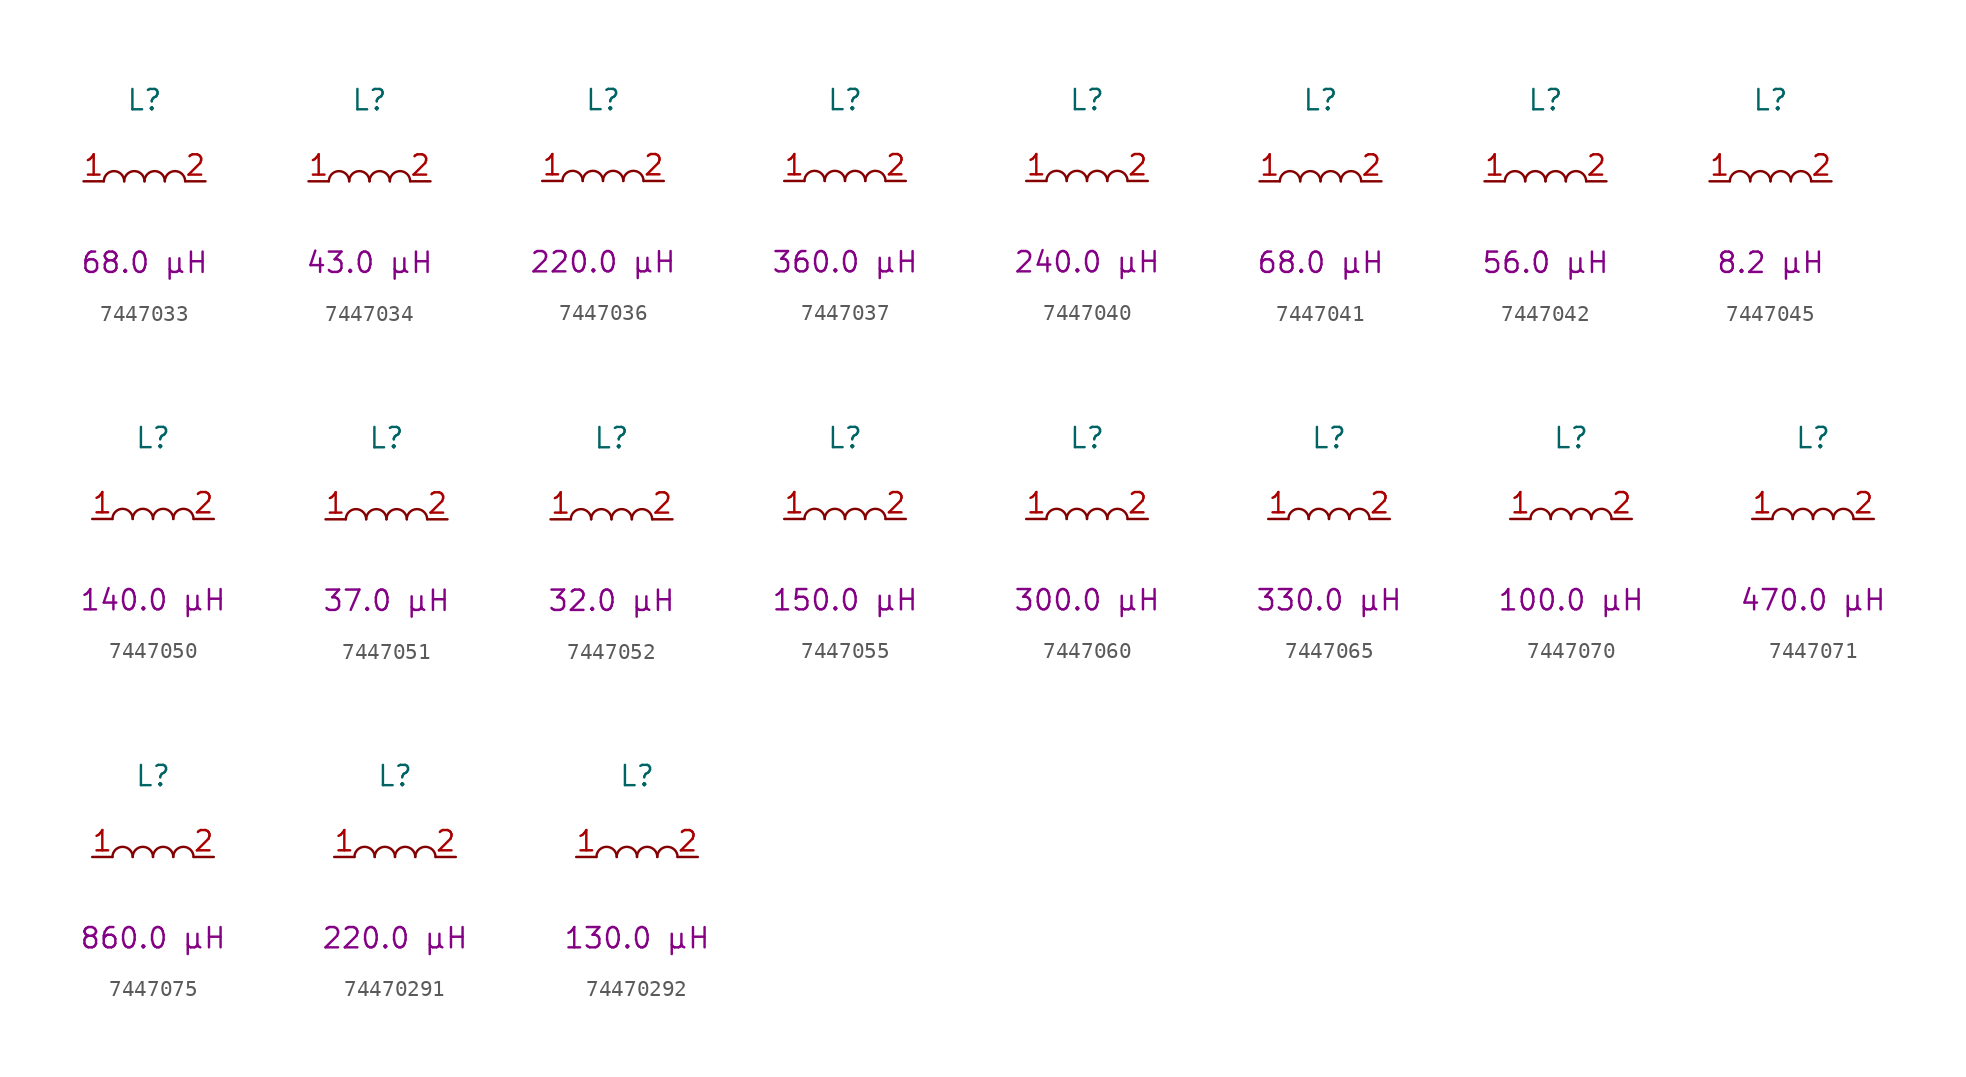
<source format=kicad_sym>
(kicad_symbol_lib
  (version 20220914)
  (generator kicad_symbol_editor)
  (symbol "7447033"
    (pin_names hide)
    (property "Reference" "L"
      (at 0 5.08 0)
      (effects (font (size 1.27 1.27))))
    (property "Critical Parameter" "68.0 µH"
      (at 0 -5.08 0)
      (effects (font (size 1.27 1.27))))
    (symbol "7447033_0_1"
      (arc (start -1.27 0) (mid -1.905 0.6323) (end -2.54 0) (stroke (width 0) (type default)) (fill (type none)))
      (arc (start 0 0) (mid -0.635 0.6323) (end -1.27 0) (stroke (width 0) (type default)) (fill (type none)))
      (arc (start 1.27 0) (mid 0.635 0.6323) (end 0 0) (stroke (width 0) (type default)) (fill (type none)))
      (arc (start 2.54 0) (mid 1.905 0.6323) (end 1.27 0) (stroke (width 0) (type default)) (fill (type none))))
    (symbol "7447033_1_1"
      (pin passive line (at -3.81 0 0) (length 1.27) (name "1" (effects (font (size 1.27 1.27)))) (number "1" (effects (font (size 1.27 1.27)))))
      (pin passive line (at 3.81 0 180) (length 1.27) (name "2" (effects (font (size 1.27 1.27)))) (number "2" (effects (font (size 1.27 1.27)))))))
  (symbol "7447034"
    (pin_names hide)
    (property "Reference" "L"
      (at 0 5.08 0)
      (effects (font (size 1.27 1.27))))
    (property "Critical Parameter" "43.0 µH"
      (at 0 -5.08 0)
      (effects (font (size 1.27 1.27))))
    (symbol "7447034_0_1"
      (arc (start -1.27 0) (mid -1.905 0.6323) (end -2.54 0) (stroke (width 0) (type default)) (fill (type none)))
      (arc (start 0 0) (mid -0.635 0.6323) (end -1.27 0) (stroke (width 0) (type default)) (fill (type none)))
      (arc (start 1.27 0) (mid 0.635 0.6323) (end 0 0) (stroke (width 0) (type default)) (fill (type none)))
      (arc (start 2.54 0) (mid 1.905 0.6323) (end 1.27 0) (stroke (width 0) (type default)) (fill (type none))))
    (symbol "7447034_1_1"
      (pin passive line (at -3.81 0 0) (length 1.27) (name "1" (effects (font (size 1.27 1.27)))) (number "1" (effects (font (size 1.27 1.27)))))
      (pin passive line (at 3.81 0 180) (length 1.27) (name "2" (effects (font (size 1.27 1.27)))) (number "2" (effects (font (size 1.27 1.27)))))))
  (symbol "7447036"
    (pin_names hide)
    (property "Reference" "L"
      (at 0 5.08 0)
      (effects (font (size 1.27 1.27))))
    (property "Critical Parameter" "220.0 µH"
      (at 0 -5.08 0)
      (effects (font (size 1.27 1.27))))
    (symbol "7447036_0_1"
      (arc (start -1.27 0) (mid -1.905 0.6323) (end -2.54 0) (stroke (width 0) (type default)) (fill (type none)))
      (arc (start 0 0) (mid -0.635 0.6323) (end -1.27 0) (stroke (width 0) (type default)) (fill (type none)))
      (arc (start 1.27 0) (mid 0.635 0.6323) (end 0 0) (stroke (width 0) (type default)) (fill (type none)))
      (arc (start 2.54 0) (mid 1.905 0.6323) (end 1.27 0) (stroke (width 0) (type default)) (fill (type none))))
    (symbol "7447036_1_1"
      (pin passive line (at -3.81 0 0) (length 1.27) (name "1" (effects (font (size 1.27 1.27)))) (number "1" (effects (font (size 1.27 1.27)))))
      (pin passive line (at 3.81 0 180) (length 1.27) (name "2" (effects (font (size 1.27 1.27)))) (number "2" (effects (font (size 1.27 1.27)))))))
  (symbol "7447037"
    (pin_names hide)
    (property "Reference" "L"
      (at 0 5.08 0)
      (effects (font (size 1.27 1.27))))
    (property "Critical Parameter" "360.0 µH"
      (at 0 -5.08 0)
      (effects (font (size 1.27 1.27))))
    (symbol "7447037_0_1"
      (arc (start -1.27 0) (mid -1.905 0.6323) (end -2.54 0) (stroke (width 0) (type default)) (fill (type none)))
      (arc (start 0 0) (mid -0.635 0.6323) (end -1.27 0) (stroke (width 0) (type default)) (fill (type none)))
      (arc (start 1.27 0) (mid 0.635 0.6323) (end 0 0) (stroke (width 0) (type default)) (fill (type none)))
      (arc (start 2.54 0) (mid 1.905 0.6323) (end 1.27 0) (stroke (width 0) (type default)) (fill (type none))))
    (symbol "7447037_1_1"
      (pin passive line (at -3.81 0 0) (length 1.27) (name "1" (effects (font (size 1.27 1.27)))) (number "1" (effects (font (size 1.27 1.27)))))
      (pin passive line (at 3.81 0 180) (length 1.27) (name "2" (effects (font (size 1.27 1.27)))) (number "2" (effects (font (size 1.27 1.27)))))))
  (symbol "7447040"
    (pin_names hide)
    (property "Reference" "L"
      (at 0 5.08 0)
      (effects (font (size 1.27 1.27))))
    (property "Critical Parameter" "240.0 µH"
      (at 0 -5.08 0)
      (effects (font (size 1.27 1.27))))
    (symbol "7447040_0_1"
      (arc (start -1.27 0) (mid -1.905 0.6323) (end -2.54 0) (stroke (width 0) (type default)) (fill (type none)))
      (arc (start 0 0) (mid -0.635 0.6323) (end -1.27 0) (stroke (width 0) (type default)) (fill (type none)))
      (arc (start 1.27 0) (mid 0.635 0.6323) (end 0 0) (stroke (width 0) (type default)) (fill (type none)))
      (arc (start 2.54 0) (mid 1.905 0.6323) (end 1.27 0) (stroke (width 0) (type default)) (fill (type none))))
    (symbol "7447040_1_1"
      (pin passive line (at -3.81 0 0) (length 1.27) (name "1" (effects (font (size 1.27 1.27)))) (number "1" (effects (font (size 1.27 1.27)))))
      (pin passive line (at 3.81 0 180) (length 1.27) (name "2" (effects (font (size 1.27 1.27)))) (number "2" (effects (font (size 1.27 1.27)))))))
  (symbol "7447041"
    (pin_names hide)
    (property "Reference" "L"
      (at 0 5.08 0)
      (effects (font (size 1.27 1.27))))
    (property "Critical Parameter" "68.0 µH"
      (at 0 -5.08 0)
      (effects (font (size 1.27 1.27))))
    (symbol "7447041_0_1"
      (arc (start -1.27 0) (mid -1.905 0.6323) (end -2.54 0) (stroke (width 0) (type default)) (fill (type none)))
      (arc (start 0 0) (mid -0.635 0.6323) (end -1.27 0) (stroke (width 0) (type default)) (fill (type none)))
      (arc (start 1.27 0) (mid 0.635 0.6323) (end 0 0) (stroke (width 0) (type default)) (fill (type none)))
      (arc (start 2.54 0) (mid 1.905 0.6323) (end 1.27 0) (stroke (width 0) (type default)) (fill (type none))))
    (symbol "7447041_1_1"
      (pin passive line (at -3.81 0 0) (length 1.27) (name "1" (effects (font (size 1.27 1.27)))) (number "1" (effects (font (size 1.27 1.27)))))
      (pin passive line (at 3.81 0 180) (length 1.27) (name "2" (effects (font (size 1.27 1.27)))) (number "2" (effects (font (size 1.27 1.27)))))))
  (symbol "7447042"
    (pin_names hide)
    (property "Reference" "L"
      (at 0 5.08 0)
      (effects (font (size 1.27 1.27))))
    (property "Critical Parameter" "56.0 µH"
      (at 0 -5.08 0)
      (effects (font (size 1.27 1.27))))
    (symbol "7447042_0_1"
      (arc (start -1.27 0) (mid -1.905 0.6323) (end -2.54 0) (stroke (width 0) (type default)) (fill (type none)))
      (arc (start 0 0) (mid -0.635 0.6323) (end -1.27 0) (stroke (width 0) (type default)) (fill (type none)))
      (arc (start 1.27 0) (mid 0.635 0.6323) (end 0 0) (stroke (width 0) (type default)) (fill (type none)))
      (arc (start 2.54 0) (mid 1.905 0.6323) (end 1.27 0) (stroke (width 0) (type default)) (fill (type none))))
    (symbol "7447042_1_1"
      (pin passive line (at -3.81 0 0) (length 1.27) (name "1" (effects (font (size 1.27 1.27)))) (number "1" (effects (font (size 1.27 1.27)))))
      (pin passive line (at 3.81 0 180) (length 1.27) (name "2" (effects (font (size 1.27 1.27)))) (number "2" (effects (font (size 1.27 1.27)))))))
  (symbol "7447045"
    (pin_names hide)
    (property "Reference" "L"
      (at 0 5.08 0)
      (effects (font (size 1.27 1.27))))
    (property "Critical Parameter" "8.2 µH"
      (at 0 -5.08 0)
      (effects (font (size 1.27 1.27))))
    (symbol "7447045_0_1"
      (arc (start -1.27 0) (mid -1.905 0.6323) (end -2.54 0) (stroke (width 0) (type default)) (fill (type none)))
      (arc (start 0 0) (mid -0.635 0.6323) (end -1.27 0) (stroke (width 0) (type default)) (fill (type none)))
      (arc (start 1.27 0) (mid 0.635 0.6323) (end 0 0) (stroke (width 0) (type default)) (fill (type none)))
      (arc (start 2.54 0) (mid 1.905 0.6323) (end 1.27 0) (stroke (width 0) (type default)) (fill (type none))))
    (symbol "7447045_1_1"
      (pin passive line (at -3.81 0 0) (length 1.27) (name "1" (effects (font (size 1.27 1.27)))) (number "1" (effects (font (size 1.27 1.27)))))
      (pin passive line (at 3.81 0 180) (length 1.27) (name "2" (effects (font (size 1.27 1.27)))) (number "2" (effects (font (size 1.27 1.27)))))))
  (symbol "7447050"
    (pin_names hide)
    (property "Reference" "L"
      (at 0 5.08 0)
      (effects (font (size 1.27 1.27))))
    (property "Critical Parameter" "140.0 µH"
      (at 0 -5.08 0)
      (effects (font (size 1.27 1.27))))
    (symbol "7447050_0_1"
      (arc (start -1.27 0) (mid -1.905 0.6323) (end -2.54 0) (stroke (width 0) (type default)) (fill (type none)))
      (arc (start 0 0) (mid -0.635 0.6323) (end -1.27 0) (stroke (width 0) (type default)) (fill (type none)))
      (arc (start 1.27 0) (mid 0.635 0.6323) (end 0 0) (stroke (width 0) (type default)) (fill (type none)))
      (arc (start 2.54 0) (mid 1.905 0.6323) (end 1.27 0) (stroke (width 0) (type default)) (fill (type none))))
    (symbol "7447050_1_1"
      (pin passive line (at -3.81 0 0) (length 1.27) (name "1" (effects (font (size 1.27 1.27)))) (number "1" (effects (font (size 1.27 1.27)))))
      (pin passive line (at 3.81 0 180) (length 1.27) (name "2" (effects (font (size 1.27 1.27)))) (number "2" (effects (font (size 1.27 1.27)))))))
  (symbol "7447051"
    (pin_names hide)
    (property "Reference" "L"
      (at 0 5.08 0)
      (effects (font (size 1.27 1.27))))
    (property "Critical Parameter" "37.0 µH"
      (at 0 -5.08 0)
      (effects (font (size 1.27 1.27))))
    (symbol "7447051_0_1"
      (arc (start -1.27 0) (mid -1.905 0.6323) (end -2.54 0) (stroke (width 0) (type default)) (fill (type none)))
      (arc (start 0 0) (mid -0.635 0.6323) (end -1.27 0) (stroke (width 0) (type default)) (fill (type none)))
      (arc (start 1.27 0) (mid 0.635 0.6323) (end 0 0) (stroke (width 0) (type default)) (fill (type none)))
      (arc (start 2.54 0) (mid 1.905 0.6323) (end 1.27 0) (stroke (width 0) (type default)) (fill (type none))))
    (symbol "7447051_1_1"
      (pin passive line (at -3.81 0 0) (length 1.27) (name "1" (effects (font (size 1.27 1.27)))) (number "1" (effects (font (size 1.27 1.27)))))
      (pin passive line (at 3.81 0 180) (length 1.27) (name "2" (effects (font (size 1.27 1.27)))) (number "2" (effects (font (size 1.27 1.27)))))))
  (symbol "7447052"
    (pin_names hide)
    (property "Reference" "L"
      (at 0 5.08 0)
      (effects (font (size 1.27 1.27))))
    (property "Critical Parameter" "32.0 µH"
      (at 0 -5.08 0)
      (effects (font (size 1.27 1.27))))
    (symbol "7447052_0_1"
      (arc (start -1.27 0) (mid -1.905 0.6323) (end -2.54 0) (stroke (width 0) (type default)) (fill (type none)))
      (arc (start 0 0) (mid -0.635 0.6323) (end -1.27 0) (stroke (width 0) (type default)) (fill (type none)))
      (arc (start 1.27 0) (mid 0.635 0.6323) (end 0 0) (stroke (width 0) (type default)) (fill (type none)))
      (arc (start 2.54 0) (mid 1.905 0.6323) (end 1.27 0) (stroke (width 0) (type default)) (fill (type none))))
    (symbol "7447052_1_1"
      (pin passive line (at -3.81 0 0) (length 1.27) (name "1" (effects (font (size 1.27 1.27)))) (number "1" (effects (font (size 1.27 1.27)))))
      (pin passive line (at 3.81 0 180) (length 1.27) (name "2" (effects (font (size 1.27 1.27)))) (number "2" (effects (font (size 1.27 1.27)))))))
  (symbol "7447055"
    (pin_names hide)
    (property "Reference" "L"
      (at 0 5.08 0)
      (effects (font (size 1.27 1.27))))
    (property "Critical Parameter" "150.0 µH"
      (at 0 -5.08 0)
      (effects (font (size 1.27 1.27))))
    (symbol "7447055_0_1"
      (arc (start -1.27 0) (mid -1.905 0.6323) (end -2.54 0) (stroke (width 0) (type default)) (fill (type none)))
      (arc (start 0 0) (mid -0.635 0.6323) (end -1.27 0) (stroke (width 0) (type default)) (fill (type none)))
      (arc (start 1.27 0) (mid 0.635 0.6323) (end 0 0) (stroke (width 0) (type default)) (fill (type none)))
      (arc (start 2.54 0) (mid 1.905 0.6323) (end 1.27 0) (stroke (width 0) (type default)) (fill (type none))))
    (symbol "7447055_1_1"
      (pin passive line (at -3.81 0 0) (length 1.27) (name "1" (effects (font (size 1.27 1.27)))) (number "1" (effects (font (size 1.27 1.27)))))
      (pin passive line (at 3.81 0 180) (length 1.27) (name "2" (effects (font (size 1.27 1.27)))) (number "2" (effects (font (size 1.27 1.27)))))))
  (symbol "7447060"
    (pin_names hide)
    (property "Reference" "L"
      (at 0 5.08 0)
      (effects (font (size 1.27 1.27))))
    (property "Critical Parameter" "300.0 µH"
      (at 0 -5.08 0)
      (effects (font (size 1.27 1.27))))
    (symbol "7447060_0_1"
      (arc (start -1.27 0) (mid -1.905 0.6323) (end -2.54 0) (stroke (width 0) (type default)) (fill (type none)))
      (arc (start 0 0) (mid -0.635 0.6323) (end -1.27 0) (stroke (width 0) (type default)) (fill (type none)))
      (arc (start 1.27 0) (mid 0.635 0.6323) (end 0 0) (stroke (width 0) (type default)) (fill (type none)))
      (arc (start 2.54 0) (mid 1.905 0.6323) (end 1.27 0) (stroke (width 0) (type default)) (fill (type none))))
    (symbol "7447060_1_1"
      (pin passive line (at -3.81 0 0) (length 1.27) (name "1" (effects (font (size 1.27 1.27)))) (number "1" (effects (font (size 1.27 1.27)))))
      (pin passive line (at 3.81 0 180) (length 1.27) (name "2" (effects (font (size 1.27 1.27)))) (number "2" (effects (font (size 1.27 1.27)))))))
  (symbol "7447065"
    (pin_names hide)
    (property "Reference" "L"
      (at 0 5.08 0)
      (effects (font (size 1.27 1.27))))
    (property "Critical Parameter" "330.0 µH"
      (at 0 -5.08 0)
      (effects (font (size 1.27 1.27))))
    (symbol "7447065_0_1"
      (arc (start -1.27 0) (mid -1.905 0.6323) (end -2.54 0) (stroke (width 0) (type default)) (fill (type none)))
      (arc (start 0 0) (mid -0.635 0.6323) (end -1.27 0) (stroke (width 0) (type default)) (fill (type none)))
      (arc (start 1.27 0) (mid 0.635 0.6323) (end 0 0) (stroke (width 0) (type default)) (fill (type none)))
      (arc (start 2.54 0) (mid 1.905 0.6323) (end 1.27 0) (stroke (width 0) (type default)) (fill (type none))))
    (symbol "7447065_1_1"
      (pin passive line (at -3.81 0 0) (length 1.27) (name "1" (effects (font (size 1.27 1.27)))) (number "1" (effects (font (size 1.27 1.27)))))
      (pin passive line (at 3.81 0 180) (length 1.27) (name "2" (effects (font (size 1.27 1.27)))) (number "2" (effects (font (size 1.27 1.27)))))))
  (symbol "7447070"
    (pin_names hide)
    (property "Reference" "L"
      (at 0 5.08 0)
      (effects (font (size 1.27 1.27))))
    (property "Critical Parameter" "100.0 µH"
      (at 0 -5.08 0)
      (effects (font (size 1.27 1.27))))
    (symbol "7447070_0_1"
      (arc (start -1.27 0) (mid -1.905 0.6323) (end -2.54 0) (stroke (width 0) (type default)) (fill (type none)))
      (arc (start 0 0) (mid -0.635 0.6323) (end -1.27 0) (stroke (width 0) (type default)) (fill (type none)))
      (arc (start 1.27 0) (mid 0.635 0.6323) (end 0 0) (stroke (width 0) (type default)) (fill (type none)))
      (arc (start 2.54 0) (mid 1.905 0.6323) (end 1.27 0) (stroke (width 0) (type default)) (fill (type none))))
    (symbol "7447070_1_1"
      (pin passive line (at -3.81 0 0) (length 1.27) (name "1" (effects (font (size 1.27 1.27)))) (number "1" (effects (font (size 1.27 1.27)))))
      (pin passive line (at 3.81 0 180) (length 1.27) (name "2" (effects (font (size 1.27 1.27)))) (number "2" (effects (font (size 1.27 1.27)))))))
  (symbol "7447071"
    (pin_names hide)
    (property "Reference" "L"
      (at 0 5.08 0)
      (effects (font (size 1.27 1.27))))
    (property "Critical Parameter" "470.0 µH"
      (at 0 -5.08 0)
      (effects (font (size 1.27 1.27))))
    (symbol "7447071_0_1"
      (arc (start -1.27 0) (mid -1.905 0.6323) (end -2.54 0) (stroke (width 0) (type default)) (fill (type none)))
      (arc (start 0 0) (mid -0.635 0.6323) (end -1.27 0) (stroke (width 0) (type default)) (fill (type none)))
      (arc (start 1.27 0) (mid 0.635 0.6323) (end 0 0) (stroke (width 0) (type default)) (fill (type none)))
      (arc (start 2.54 0) (mid 1.905 0.6323) (end 1.27 0) (stroke (width 0) (type default)) (fill (type none))))
    (symbol "7447071_1_1"
      (pin passive line (at -3.81 0 0) (length 1.27) (name "1" (effects (font (size 1.27 1.27)))) (number "1" (effects (font (size 1.27 1.27)))))
      (pin passive line (at 3.81 0 180) (length 1.27) (name "2" (effects (font (size 1.27 1.27)))) (number "2" (effects (font (size 1.27 1.27)))))))
  (symbol "7447075"
    (pin_names hide)
    (property "Reference" "L"
      (at 0 5.08 0)
      (effects (font (size 1.27 1.27))))
    (property "Critical Parameter" "860.0 µH"
      (at 0 -5.08 0)
      (effects (font (size 1.27 1.27))))
    (symbol "7447075_0_1"
      (arc (start -1.27 0) (mid -1.905 0.6323) (end -2.54 0) (stroke (width 0) (type default)) (fill (type none)))
      (arc (start 0 0) (mid -0.635 0.6323) (end -1.27 0) (stroke (width 0) (type default)) (fill (type none)))
      (arc (start 1.27 0) (mid 0.635 0.6323) (end 0 0) (stroke (width 0) (type default)) (fill (type none)))
      (arc (start 2.54 0) (mid 1.905 0.6323) (end 1.27 0) (stroke (width 0) (type default)) (fill (type none))))
    (symbol "7447075_1_1"
      (pin passive line (at -3.81 0 0) (length 1.27) (name "1" (effects (font (size 1.27 1.27)))) (number "1" (effects (font (size 1.27 1.27)))))
      (pin passive line (at 3.81 0 180) (length 1.27) (name "2" (effects (font (size 1.27 1.27)))) (number "2" (effects (font (size 1.27 1.27)))))))
  (symbol "74470291"
    (pin_names hide)
    (property "Reference" "L"
      (at 0 5.08 0)
      (effects (font (size 1.27 1.27))))
    (property "Critical Parameter" "220.0 µH"
      (at 0 -5.08 0)
      (effects (font (size 1.27 1.27))))
    (symbol "74470291_0_1"
      (arc (start -1.27 0) (mid -1.905 0.6323) (end -2.54 0) (stroke (width 0) (type default)) (fill (type none)))
      (arc (start 0 0) (mid -0.635 0.6323) (end -1.27 0) (stroke (width 0) (type default)) (fill (type none)))
      (arc (start 1.27 0) (mid 0.635 0.6323) (end 0 0) (stroke (width 0) (type default)) (fill (type none)))
      (arc (start 2.54 0) (mid 1.905 0.6323) (end 1.27 0) (stroke (width 0) (type default)) (fill (type none))))
    (symbol "74470291_1_1"
      (pin passive line (at -3.81 0 0) (length 1.27) (name "1" (effects (font (size 1.27 1.27)))) (number "1" (effects (font (size 1.27 1.27)))))
      (pin passive line (at 3.81 0 180) (length 1.27) (name "2" (effects (font (size 1.27 1.27)))) (number "2" (effects (font (size 1.27 1.27)))))))
  (symbol "74470292"
    (pin_names hide)
    (property "Reference" "L"
      (at 0 5.08 0)
      (effects (font (size 1.27 1.27))))
    (property "Critical Parameter" "130.0 µH"
      (at 0 -5.08 0)
      (effects (font (size 1.27 1.27))))
    (symbol "74470292_0_1"
      (arc (start -1.27 0) (mid -1.905 0.6323) (end -2.54 0) (stroke (width 0) (type default)) (fill (type none)))
      (arc (start 0 0) (mid -0.635 0.6323) (end -1.27 0) (stroke (width 0) (type default)) (fill (type none)))
      (arc (start 1.27 0) (mid 0.635 0.6323) (end 0 0) (stroke (width 0) (type default)) (fill (type none)))
      (arc (start 2.54 0) (mid 1.905 0.6323) (end 1.27 0) (stroke (width 0) (type default)) (fill (type none))))
    (symbol "74470292_1_1"
      (pin passive line (at -3.81 0 0) (length 1.27) (name "1" (effects (font (size 1.27 1.27)))) (number "1" (effects (font (size 1.27 1.27)))))
      (pin passive line (at 3.81 0 180) (length 1.27) (name "2" (effects (font (size 1.27 1.27)))) (number "2" (effects (font (size 1.27 1.27))))))))
</source>
